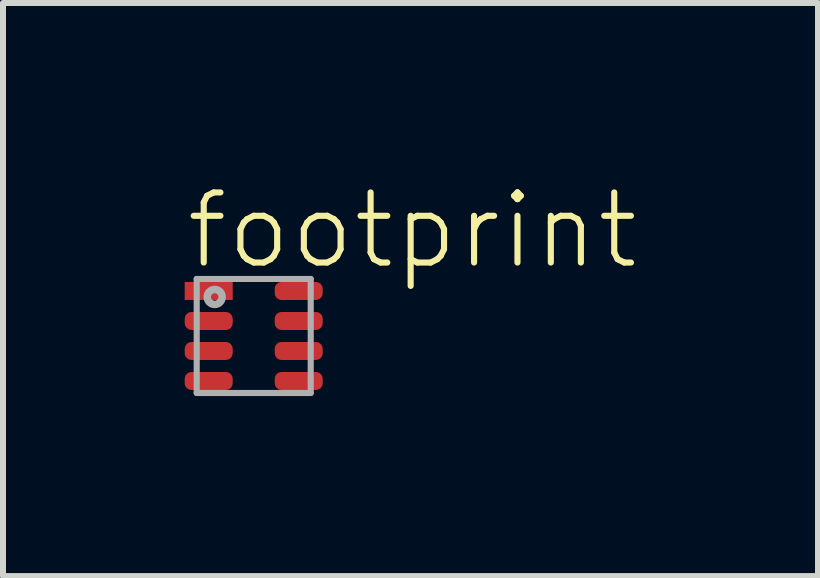
<source format=kicad_pcb>
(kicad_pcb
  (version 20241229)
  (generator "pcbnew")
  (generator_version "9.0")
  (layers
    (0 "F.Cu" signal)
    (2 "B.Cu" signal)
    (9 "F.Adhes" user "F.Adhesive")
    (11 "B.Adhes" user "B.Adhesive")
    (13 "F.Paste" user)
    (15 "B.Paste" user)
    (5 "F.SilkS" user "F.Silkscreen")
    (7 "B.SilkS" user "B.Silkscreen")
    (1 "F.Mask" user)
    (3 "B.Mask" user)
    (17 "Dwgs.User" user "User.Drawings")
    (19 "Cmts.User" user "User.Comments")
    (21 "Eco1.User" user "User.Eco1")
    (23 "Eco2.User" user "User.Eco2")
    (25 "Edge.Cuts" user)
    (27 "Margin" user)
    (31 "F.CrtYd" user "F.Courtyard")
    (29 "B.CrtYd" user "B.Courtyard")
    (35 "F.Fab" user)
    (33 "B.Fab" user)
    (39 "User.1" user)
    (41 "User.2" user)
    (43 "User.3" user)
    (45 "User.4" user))
  (footprint "footprint"
    (layer "F.Cu")
    (at 1.178 2.549)
    (property "Reference" "footprint" (at -1.178 -1.076 0) (layer "F.SilkS") (effects (font (size 1.168 1.168) (thickness 0.102)) (justify left bottom)))
    (fp_poly (pts (xy -1.175 -0.575) (xy -0.325 -0.575) (xy -0.325 -0.925) (xy -1.175 -0.925)) (stroke (width 0) (type solid)) (fill yes) (layer "F.Mask"))
    (fp_poly (pts (xy -1.175 -0.075) (xy -0.325 -0.075) (xy -0.325 -0.425) (xy -1.175 -0.425)) (stroke (width 0) (type solid)) (fill yes) (layer "F.Mask"))
    (fp_poly (pts (xy -1.175 0.425) (xy -0.325 0.425) (xy -0.325 0.075) (xy -1.175 0.075)) (stroke (width 0) (type solid)) (fill yes) (layer "F.Mask"))
    (fp_poly (pts (xy -1.175 0.925) (xy -0.325 0.925) (xy -0.325 0.575) (xy -1.175 0.575)) (stroke (width 0) (type solid)) (fill yes) (layer "F.Mask"))
    (fp_poly (pts (xy 1.175 -0.925) (xy 0.325 -0.925) (xy 0.325 -0.575) (xy 1.175 -0.575)) (stroke (width 0) (type solid)) (fill yes) (layer "F.Mask"))
    (fp_poly (pts (xy 1.175 -0.425) (xy 0.325 -0.425) (xy 0.325 -0.075) (xy 1.175 -0.075)) (stroke (width 0) (type solid)) (fill yes) (layer "F.Mask"))
    (fp_poly (pts (xy 1.175 0.075) (xy 0.325 0.075) (xy 0.325 0.425) (xy 1.175 0.425)) (stroke (width 0) (type solid)) (fill yes) (layer "F.Mask"))
    (fp_poly (pts (xy 1.175 0.575) (xy 0.325 0.575) (xy 0.325 0.925) (xy 1.175 0.925)) (stroke (width 0) (type solid)) (fill yes) (layer "F.Mask"))
    (fp_poly (pts (xy -1.125 -0.625) (xy -0.375 -0.625) (xy -0.375 -0.875) (xy -1.125 -0.875)) (stroke (width 0) (type solid)) (fill yes) (layer "F.Paste"))
    (fp_poly (pts (xy -1.1 -0.125) (xy -0.4 -0.125) (xy -0.4 -0.375) (xy -1.1 -0.375)) (stroke (width 0) (type solid)) (fill yes) (layer "F.Paste"))
    (fp_poly (pts (xy -1.1 0.375) (xy -0.4 0.375) (xy -0.4 0.125) (xy -1.1 0.125)) (stroke (width 0) (type solid)) (fill yes) (layer "F.Paste"))
    (fp_poly (pts (xy -1.1 0.875) (xy -0.4 0.875) (xy -0.4 0.625) (xy -1.1 0.625)) (stroke (width 0) (type solid)) (fill yes) (layer "F.Paste"))
    (fp_poly (pts (xy 1.1 -0.875) (xy 0.4 -0.875) (xy 0.4 -0.625) (xy 1.1 -0.625)) (stroke (width 0) (type solid)) (fill yes) (layer "F.Paste"))
    (fp_poly (pts (xy 1.1 -0.375) (xy 0.4 -0.375) (xy 0.4 -0.125) (xy 1.1 -0.125)) (stroke (width 0) (type solid)) (fill yes) (layer "F.Paste"))
    (fp_poly (pts (xy 1.1 0.125) (xy 0.4 0.125) (xy 0.4 0.375) (xy 1.1 0.375)) (stroke (width 0) (type solid)) (fill yes) (layer "F.Paste"))
    (fp_poly (pts (xy 1.1 0.625) (xy 0.4 0.625) (xy 0.4 0.875) (xy 1.1 0.875)) (stroke (width 0) (type solid)) (fill yes) (layer "F.Paste"))
    (fp_line (start -0.95 -0.95) (end 0.95 -0.95) (stroke (width 0.102) (type solid)) (layer "F.Fab"))
    (fp_line (start -0.95 0.95) (end -0.95 -0.95) (stroke (width 0.102) (type solid)) (layer "F.Fab"))
    (fp_line (start 0.95 -0.95) (end 0.95 0.95) (stroke (width 0.102) (type solid)) (layer "F.Fab"))
    (fp_line (start 0.95 0.95) (end -0.95 0.95) (stroke (width 0.102) (type solid)) (layer "F.Fab"))
    (fp_circle (center -0.65 -0.65) (end -0.588 -0.65) (stroke (width 0.125) (type solid)) (fill no) (layer "F.Fab"))
    (pad "1" smd rect (at -0.75 -0.75) (size 0.8 0.3) (layers "F.Cu"))
    (pad "2" smd roundrect (at -0.75 -0.25) (size 0.8 0.3) (layers "F.Cu") (roundrect_rratio 0.375))
    (pad "3" smd roundrect (at -0.75 0.25) (size 0.8 0.3) (layers "F.Cu") (roundrect_rratio 0.375))
    (pad "4" smd roundrect (at -0.75 0.75) (size 0.8 0.3) (layers "F.Cu") (roundrect_rratio 0.375))
    (pad "5" smd roundrect (at 0.75 0.75) (size 0.8 0.3) (layers "F.Cu") (roundrect_rratio 0.375))
    (pad "6" smd roundrect (at 0.75 0.25) (size 0.8 0.3) (layers "F.Cu") (roundrect_rratio 0.375))
    (pad "7" smd roundrect (at 0.75 -0.25) (size 0.8 0.3) (layers "F.Cu") (roundrect_rratio 0.375))
    (pad "8" smd roundrect (at 0.75 -0.75) (size 0.8 0.3) (layers "F.Cu") (roundrect_rratio 0.375)))
  (gr_rect
    (start -3 -3)
    (end 10.582 6.55)
    (stroke (width 0.1) (type default))
    (fill no)
    (layer "Edge.Cuts")))
</source>
